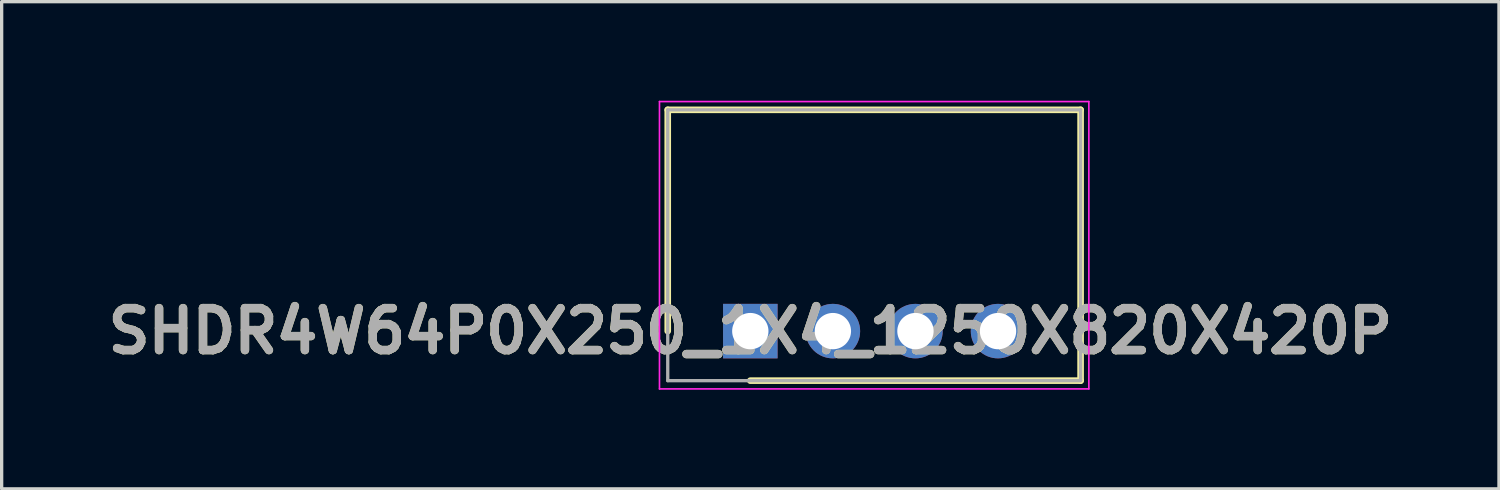
<source format=kicad_pcb>
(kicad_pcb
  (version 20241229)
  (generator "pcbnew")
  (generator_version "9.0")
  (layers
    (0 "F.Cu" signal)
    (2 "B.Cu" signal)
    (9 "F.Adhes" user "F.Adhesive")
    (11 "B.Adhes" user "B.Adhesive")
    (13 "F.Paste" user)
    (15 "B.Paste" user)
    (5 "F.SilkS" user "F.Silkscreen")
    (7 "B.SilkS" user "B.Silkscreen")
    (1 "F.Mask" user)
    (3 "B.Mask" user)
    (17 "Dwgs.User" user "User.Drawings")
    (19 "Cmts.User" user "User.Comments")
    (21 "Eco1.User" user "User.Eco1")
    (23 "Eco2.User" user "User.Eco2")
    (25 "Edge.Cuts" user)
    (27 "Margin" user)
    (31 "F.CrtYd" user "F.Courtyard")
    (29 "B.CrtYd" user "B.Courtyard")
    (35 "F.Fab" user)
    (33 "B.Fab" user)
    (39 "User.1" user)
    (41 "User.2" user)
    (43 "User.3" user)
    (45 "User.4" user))
  (footprint "SHDR4W64P0X250_1X4_1250X820X420P"
    (layer "F.Cu")
    (at 19.667 6.975)
    (property "Reference" "SHDR4W64P0X250_1X4_1250X820X420P" (at 0 0 0) (layer "F.SilkS") (effects (font (size 1.27 1.27) (thickness 0.254))))
    (attr through_hole)
    (fp_line (start -2.5 -6.7) (end -2.5 0) (stroke (width 0.2) (type solid)) (layer "F.SilkS"))
    (fp_line (start 0 1.5) (end 10 1.5) (stroke (width 0.2) (type solid)) (layer "F.SilkS"))
    (fp_line (start 10 -6.7) (end -2.5 -6.7) (stroke (width 0.2) (type solid)) (layer "F.SilkS"))
    (fp_line (start 10 1.5) (end 10 -6.7) (stroke (width 0.2) (type solid)) (layer "F.SilkS"))
    (fp_line (start -2.75 -6.95) (end 10.25 -6.95) (stroke (width 0.05) (type solid)) (layer "F.CrtYd"))
    (fp_line (start -2.75 1.75) (end -2.75 -6.95) (stroke (width 0.05) (type solid)) (layer "F.CrtYd"))
    (fp_line (start 10.25 -6.95) (end 10.25 1.75) (stroke (width 0.05) (type solid)) (layer "F.CrtYd"))
    (fp_line (start 10.25 1.75) (end -2.75 1.75) (stroke (width 0.05) (type solid)) (layer "F.CrtYd"))
    (fp_line (start -2.5 -6.7) (end 10 -6.7) (stroke (width 0.1) (type solid)) (layer "F.Fab"))
    (fp_line (start -2.5 1.5) (end -2.5 -6.7) (stroke (width 0.1) (type solid)) (layer "F.Fab"))
    (fp_line (start 10 -6.7) (end 10 1.5) (stroke (width 0.1) (type solid)) (layer "F.Fab"))
    (fp_line (start 10 1.5) (end -2.5 1.5) (stroke (width 0.1) (type solid)) (layer "F.Fab"))
    (fp_text user "${REFERENCE}" (at 0 0 0) (layer "F.Fab") (effects (font (size 1.27 1.27) (thickness 0.254))))
    (pad "1" thru_hole rect (at 0 0) (size 1.65 1.65) (drill 1.1) (layers "*.Cu" "*.Mask"))
    (pad "2" thru_hole circle (at 2.5 0) (size 1.65 1.65) (drill 1.1) (layers "*.Cu" "*.Mask"))
    (pad "3" thru_hole circle (at 5 0) (size 1.65 1.65) (drill 1.1) (layers "*.Cu" "*.Mask"))
    (pad "4" thru_hole circle (at 7.5 0) (size 1.65 1.65) (drill 1.1) (layers "*.Cu" "*.Mask")))
  (gr_rect
    (start -3 -3)
    (end 42.334 11.75)
    (stroke (width 0.1) (type default))
    (fill no)
    (layer "Edge.Cuts")))
</source>
